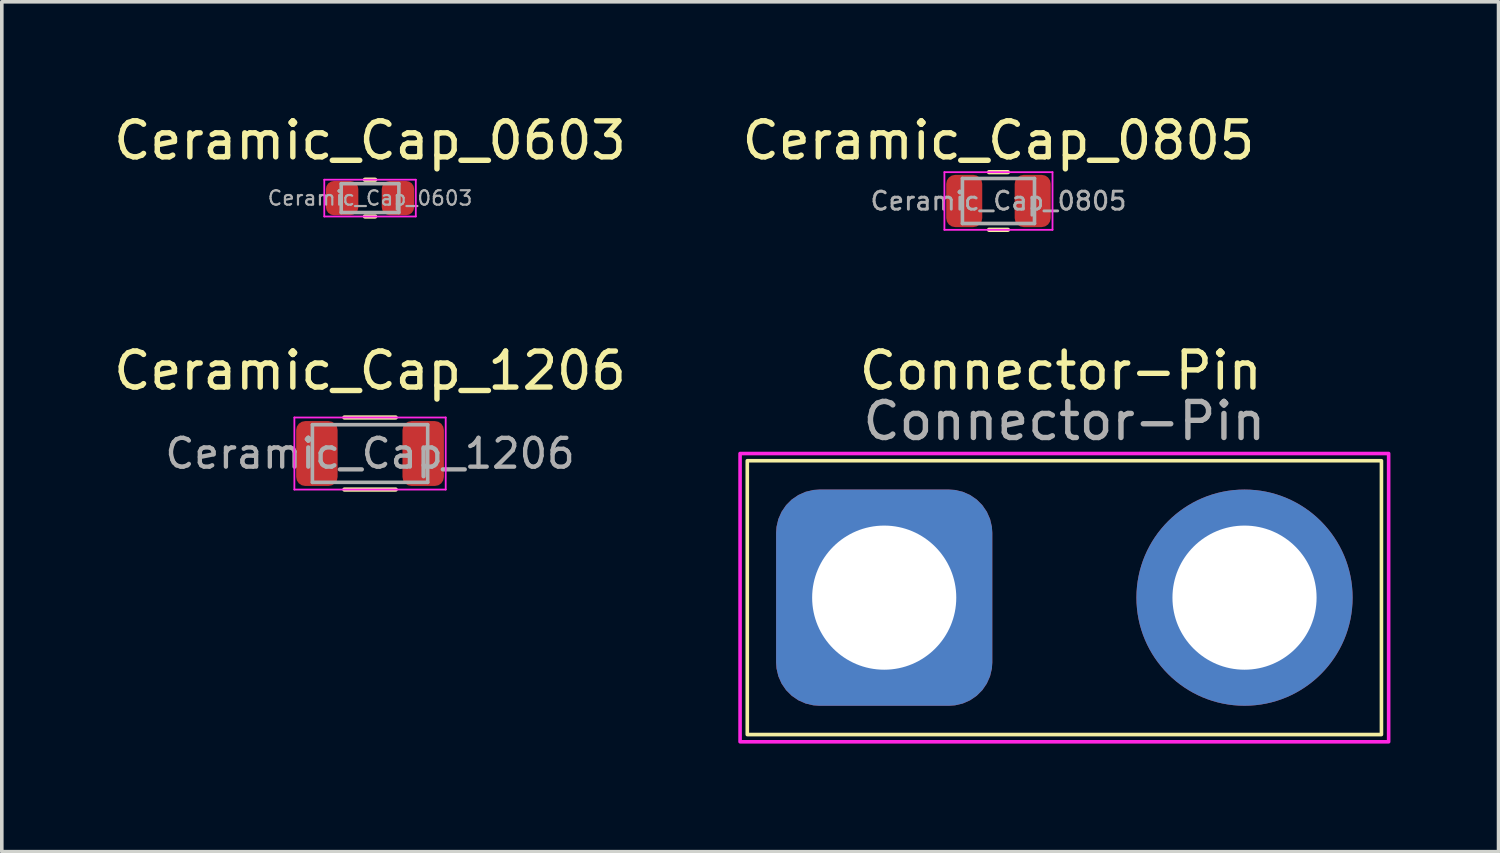
<source format=kicad_pcb>
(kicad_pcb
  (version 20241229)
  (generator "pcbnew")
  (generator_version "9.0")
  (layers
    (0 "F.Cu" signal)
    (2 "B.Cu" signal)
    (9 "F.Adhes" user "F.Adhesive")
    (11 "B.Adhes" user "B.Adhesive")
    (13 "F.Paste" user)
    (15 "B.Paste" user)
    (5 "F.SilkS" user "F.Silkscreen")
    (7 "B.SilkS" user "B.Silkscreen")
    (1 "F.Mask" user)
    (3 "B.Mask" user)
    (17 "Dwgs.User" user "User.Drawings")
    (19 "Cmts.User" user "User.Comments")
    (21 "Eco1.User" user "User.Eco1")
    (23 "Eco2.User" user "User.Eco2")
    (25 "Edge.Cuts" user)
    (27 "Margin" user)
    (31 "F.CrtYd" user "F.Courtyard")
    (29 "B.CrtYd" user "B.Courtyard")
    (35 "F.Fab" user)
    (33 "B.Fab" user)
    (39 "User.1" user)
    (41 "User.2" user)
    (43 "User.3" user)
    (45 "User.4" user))
  (footprint "Ceramic_Cap_0603"
    (layer "F.Cu")
    (at 7.22 2.448)
    (property "Reference" "Ceramic_Cap_0603" (at 0 -1.6 0) (layer "F.SilkS") (effects (font (size 1 1) (thickness 0.15))))
    (attr smd)
    (fp_line (start -0.141 -0.51) (end 0.141 -0.51) (stroke (width 0.12) (type solid)) (layer "F.SilkS"))
    (fp_line (start -0.141 0.51) (end 0.141 0.51) (stroke (width 0.12) (type solid)) (layer "F.SilkS"))
    (fp_line (start -1.27 -0.51) (end 1.27 -0.51) (stroke (width 0.05) (type solid)) (layer "F.CrtYd"))
    (fp_line (start -1.27 0.51) (end -1.27 -0.51) (stroke (width 0.05) (type solid)) (layer "F.CrtYd"))
    (fp_line (start 1.27 -0.51) (end 1.27 0.51) (stroke (width 0.05) (type solid)) (layer "F.CrtYd"))
    (fp_line (start 1.27 0.51) (end -1.27 0.51) (stroke (width 0.05) (type solid)) (layer "F.CrtYd"))
    (fp_line (start -0.8 -0.4) (end 0.8 -0.4) (stroke (width 0.1) (type solid)) (layer "F.Fab"))
    (fp_line (start -0.8 0.4) (end -0.8 -0.4) (stroke (width 0.1) (type solid)) (layer "F.Fab"))
    (fp_line (start 0.8 -0.4) (end 0.8 0.4) (stroke (width 0.1) (type solid)) (layer "F.Fab"))
    (fp_line (start 0.8 0.4) (end -0.8 0.4) (stroke (width 0.1) (type solid)) (layer "F.Fab"))
    (fp_text user "${REFERENCE}" (at 0 0 0) (layer "F.Fab") (effects (font (size 0.4 0.4) (thickness 0.06))))
    (pad "1" smd roundrect (at -0.775 0) (size 0.9 0.95) (layers "F.Cu" "F.Mask" "F.Paste") (roundrect_rratio 0.25))
    (pad "2" smd roundrect (at 0.775 0) (size 0.9 0.95) (layers "F.Cu" "F.Mask" "F.Paste") (roundrect_rratio 0.25)))
  (footprint "Connector-Pin"
    (layer "F.Cu")
    (at 26.49 13.537)
    (property "Reference" "Connector-Pin" (at -0.1 -6.3 0) (layer "F.SilkS") (effects (font (size 1 1) (thickness 0.15))))
    (attr exclude_from_pos_files exclude_from_bom)
    (fp_rect (start -8.8 -3.8) (end 8.8 3.8) (stroke (width 0.1) (type solid)) (fill no) (layer "F.SilkS"))
    (fp_rect (start -9 -4) (end 9 4) (stroke (width 0.1) (type solid)) (fill no) (layer "F.CrtYd"))
    (fp_text user "${REFERENCE}" (at 0 -4.9 0) (layer "F.Fab") (effects (font (size 1 1) (thickness 0.15))))
    (pad "1" thru_hole roundrect (at -5 0) (size 6 6) (drill 4) (layers "*.Cu" "*.Mask") (roundrect_rratio 0.2))
    (pad "2" thru_hole circle (at 5 0) (size 6 6) (drill 4) (layers "*.Cu" "*.Mask")))
  (footprint "Ceramic_Cap_1206"
    (layer "F.Cu")
    (at 7.22 9.537)
    (property "Reference" "Ceramic_Cap_1206" (at 0 -2.3 0) (layer "F.SilkS") (effects (font (size 1 1) (thickness 0.15))))
    (attr smd)
    (fp_line (start -0.711 -1) (end 0.711 -1) (stroke (width 0.12) (type solid)) (layer "F.SilkS"))
    (fp_line (start -0.711 1) (end 0.711 1) (stroke (width 0.12) (type solid)) (layer "F.SilkS"))
    (fp_line (start -2.1 -1) (end 2.1 -1) (stroke (width 0.05) (type solid)) (layer "F.CrtYd"))
    (fp_line (start -2.1 1) (end -2.1 -1) (stroke (width 0.05) (type solid)) (layer "F.CrtYd"))
    (fp_line (start 2.1 -1) (end 2.1 1) (stroke (width 0.05) (type solid)) (layer "F.CrtYd"))
    (fp_line (start 2.1 1) (end -2.1 1) (stroke (width 0.05) (type solid)) (layer "F.CrtYd"))
    (fp_line (start -1.6 -0.8) (end 1.6 -0.8) (stroke (width 0.1) (type solid)) (layer "F.Fab"))
    (fp_line (start -1.6 0.8) (end -1.6 -0.8) (stroke (width 0.1) (type solid)) (layer "F.Fab"))
    (fp_line (start 1.6 -0.8) (end 1.6 0.8) (stroke (width 0.1) (type solid)) (layer "F.Fab"))
    (fp_line (start 1.6 0.8) (end -1.6 0.8) (stroke (width 0.1) (type solid)) (layer "F.Fab"))
    (fp_text user "${REFERENCE}" (at 0 0 0) (layer "F.Fab") (effects (font (size 0.8 0.8) (thickness 0.12))))
    (pad "1" smd roundrect (at -1.475 0) (size 1.15 1.8) (layers "F.Cu" "F.Mask" "F.Paste") (roundrect_rratio 0.217))
    (pad "2" smd roundrect (at 1.475 0) (size 1.15 1.8) (layers "F.Cu" "F.Mask" "F.Paste") (roundrect_rratio 0.217)))
  (footprint "Ceramic_Cap_0805"
    (layer "F.Cu")
    (at 24.661 2.528)
    (property "Reference" "Ceramic_Cap_0805" (at 0 -1.68 0) (layer "F.SilkS") (effects (font (size 1 1) (thickness 0.15))))
    (attr smd)
    (fp_line (start -0.261 -0.8) (end 0.261 -0.8) (stroke (width 0.12) (type solid)) (layer "F.SilkS"))
    (fp_line (start -0.261 0.8) (end 0.261 0.8) (stroke (width 0.12) (type solid)) (layer "F.SilkS"))
    (fp_line (start -1.5 -0.8) (end 1.5 -0.8) (stroke (width 0.05) (type solid)) (layer "F.CrtYd"))
    (fp_line (start -1.5 0.8) (end -1.5 -0.8) (stroke (width 0.05) (type solid)) (layer "F.CrtYd"))
    (fp_line (start 1.5 -0.8) (end 1.5 0.8) (stroke (width 0.05) (type solid)) (layer "F.CrtYd"))
    (fp_line (start 1.5 0.8) (end -1.5 0.8) (stroke (width 0.05) (type solid)) (layer "F.CrtYd"))
    (fp_line (start -1 -0.625) (end 1 -0.625) (stroke (width 0.1) (type solid)) (layer "F.Fab"))
    (fp_line (start -1 0.625) (end -1 -0.625) (stroke (width 0.1) (type solid)) (layer "F.Fab"))
    (fp_line (start 1 -0.625) (end 1 0.625) (stroke (width 0.1) (type solid)) (layer "F.Fab"))
    (fp_line (start 1 0.625) (end -1 0.625) (stroke (width 0.1) (type solid)) (layer "F.Fab"))
    (fp_text user "${REFERENCE}" (at 0 0 0) (layer "F.Fab") (effects (font (size 0.5 0.5) (thickness 0.08))))
    (pad "1" smd roundrect (at -0.95 0) (size 1 1.45) (layers "F.Cu" "F.Mask" "F.Paste") (roundrect_rratio 0.25))
    (pad "2" smd roundrect (at 0.95 0) (size 1 1.45) (layers "F.Cu" "F.Mask" "F.Paste") (roundrect_rratio 0.25)))
  (gr_rect
    (start -3 -3)
    (end 38.54 20.587)
    (stroke (width 0.1) (type default))
    (fill no)
    (layer "Edge.Cuts")))
</source>
